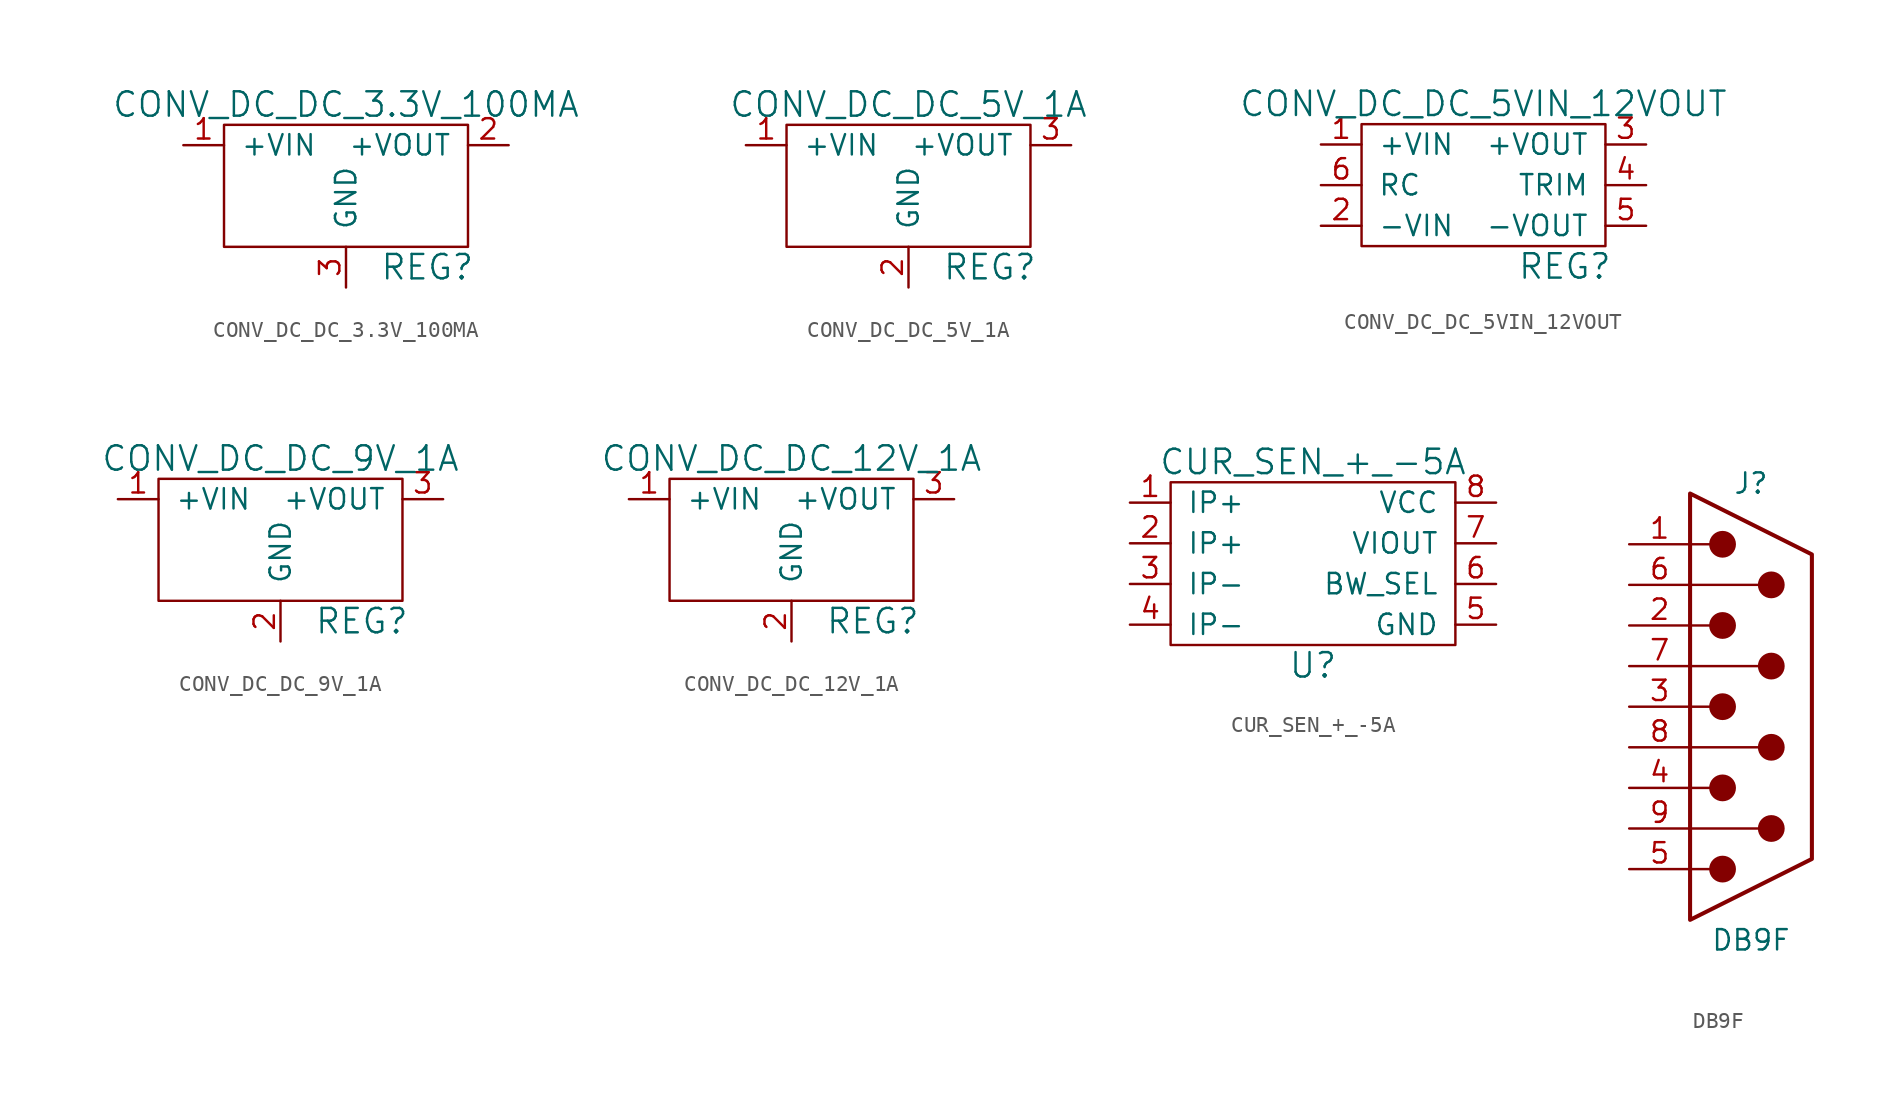
<source format=kicad_sym>
(kicad_symbol_lib
  (version 20211014)
  (generator kicad_symbol_editor)
  (symbol "CONV_DC_DC_3.3V_100MA"
    (pin_names
      (offset 1.016))
    (property "Reference" "REG"
      (at 5.08 -7.62 0)
      (effects (font (size 1.524 1.524))))
    (property "Value" "CONV_DC_DC_3.3V_100MA"
      (at 0 2.54 0)
      (effects (font (size 1.524 1.524))))
    (symbol "CONV_DC_DC_3.3V_100MA_0_1"
      (rectangle (start -7.62 1.27) (end 7.62 -6.35) (stroke (width 0) (type default) (color 0 0 0 0)) (fill (type none))))
    (symbol "CONV_DC_DC_3.3V_100MA_1_1"
      (pin power_in line (at -10.16 0 0) (length 2.54) (name "+VIN" (effects (font (size 1.27 1.27)))) (number "1" (effects (font (size 1.27 1.27)))))
      (pin power_out line (at 10.16 0 180) (length 2.54) (name "+VOUT" (effects (font (size 1.27 1.27)))) (number "2" (effects (font (size 1.27 1.27)))))
      (pin power_in line (at 0 -8.89 90) (length 2.54) (name "GND" (effects (font (size 1.27 1.27)))) (number "3" (effects (font (size 1.27 1.27)))))))
  (symbol "CONV_DC_DC_5V_1A"
    (pin_names
      (offset 1.016))
    (property "Reference" "REG"
      (at 5.08 -7.62 0)
      (effects (font (size 1.524 1.524))))
    (property "Value" "CONV_DC_DC_5V_1A"
      (at 0 2.54 0)
      (effects (font (size 1.524 1.524))))
    (property "Datasheet" ""
      (at 0 0 0)
      (effects (font (size 1.524 1.524))))
    (symbol "CONV_DC_DC_5V_1A_0_1"
      (rectangle (start -7.62 1.27) (end 7.62 -6.35) (stroke (width 0) (type default) (color 0 0 0 0)) (fill (type none))))
    (symbol "CONV_DC_DC_5V_1A_1_1"
      (pin power_in line (at -10.16 0 0) (length 2.54) (name "+VIN" (effects (font (size 1.27 1.27)))) (number "1" (effects (font (size 1.27 1.27)))))
      (pin power_in line (at 0 -8.89 90) (length 2.54) (name "GND" (effects (font (size 1.27 1.27)))) (number "2" (effects (font (size 1.27 1.27)))))
      (pin power_out line (at 10.16 0 180) (length 2.54) (name "+VOUT" (effects (font (size 1.27 1.27)))) (number "3" (effects (font (size 1.27 1.27)))))))
  (symbol "CONV_DC_DC_5VIN_12VOUT"
    (pin_names
      (offset 1.016))
    (property "Reference" "REG"
      (at 5.08 -7.62 0)
      (effects (font (size 1.524 1.524))))
    (property "Value" "CONV_DC_DC_5VIN_12VOUT"
      (at 0 2.54 0)
      (effects (font (size 1.524 1.524))))
    (property "Datasheet" ""
      (at 0 0 0)
      (effects (font (size 1.524 1.524))))
    (symbol "CONV_DC_DC_5VIN_12VOUT_0_1"
      (rectangle (start -7.62 1.27) (end 7.62 -6.35) (stroke (width 0) (type default) (color 0 0 0 0)) (fill (type none))))
    (symbol "CONV_DC_DC_5VIN_12VOUT_1_1"
      (pin power_in line (at -10.16 0 0) (length 2.54) (name "+VIN" (effects (font (size 1.27 1.27)))) (number "1" (effects (font (size 1.27 1.27)))))
      (pin power_in line (at -10.16 -5.08 0) (length 2.54) (name "-VIN" (effects (font (size 1.27 1.27)))) (number "2" (effects (font (size 1.27 1.27)))))
      (pin power_out line (at 10.16 0 180) (length 2.54) (name "+VOUT" (effects (font (size 1.27 1.27)))) (number "3" (effects (font (size 1.27 1.27)))))
      (pin passive line (at 10.16 -2.54 180) (length 2.54) (name "TRIM" (effects (font (size 1.27 1.27)))) (number "4" (effects (font (size 1.27 1.27)))))
      (pin power_out line (at 10.16 -5.08 180) (length 2.54) (name "-VOUT" (effects (font (size 1.27 1.27)))) (number "5" (effects (font (size 1.27 1.27)))))
      (pin passive line (at -10.16 -2.54 0) (length 2.54) (name "RC" (effects (font (size 1.27 1.27)))) (number "6" (effects (font (size 1.27 1.27)))))))
  (symbol "CONV_DC_DC_9V_1A"
    (pin_names
      (offset 1.016))
    (property "Reference" "REG"
      (at 5.08 -7.62 0)
      (effects (font (size 1.524 1.524))))
    (property "Value" "CONV_DC_DC_9V_1A"
      (at 0 2.54 0)
      (effects (font (size 1.524 1.524))))
    (property "Datasheet" ""
      (at 0 0 0)
      (effects (font (size 1.524 1.524))))
    (symbol "CONV_DC_DC_9V_1A_0_1"
      (rectangle (start -7.62 1.27) (end 7.62 -6.35) (stroke (width 0) (type default) (color 0 0 0 0)) (fill (type none))))
    (symbol "CONV_DC_DC_9V_1A_1_1"
      (pin power_in line (at -10.16 0 0) (length 2.54) (name "+VIN" (effects (font (size 1.27 1.27)))) (number "1" (effects (font (size 1.27 1.27)))))
      (pin power_in line (at 0 -8.89 90) (length 2.54) (name "GND" (effects (font (size 1.27 1.27)))) (number "2" (effects (font (size 1.27 1.27)))))
      (pin power_out line (at 10.16 0 180) (length 2.54) (name "+VOUT" (effects (font (size 1.27 1.27)))) (number "3" (effects (font (size 1.27 1.27)))))))
  (symbol "CONV_DC_DC_12V_1A"
    (pin_names
      (offset 1.016))
    (property "Reference" "REG"
      (at 5.08 -7.62 0)
      (effects (font (size 1.524 1.524))))
    (property "Value" "CONV_DC_DC_12V_1A"
      (at 0 2.54 0)
      (effects (font (size 1.524 1.524))))
    (property "Datasheet" ""
      (at 0 0 0)
      (effects (font (size 1.524 1.524))))
    (symbol "CONV_DC_DC_12V_1A_0_1"
      (rectangle (start -7.62 1.27) (end 7.62 -6.35) (stroke (width 0) (type default) (color 0 0 0 0)) (fill (type none))))
    (symbol "CONV_DC_DC_12V_1A_1_1"
      (pin power_in line (at -10.16 0 0) (length 2.54) (name "+VIN" (effects (font (size 1.27 1.27)))) (number "1" (effects (font (size 1.27 1.27)))))
      (pin power_in line (at 0 -8.89 90) (length 2.54) (name "GND" (effects (font (size 1.27 1.27)))) (number "2" (effects (font (size 1.27 1.27)))))
      (pin power_out line (at 10.16 0 180) (length 2.54) (name "+VOUT" (effects (font (size 1.27 1.27)))) (number "3" (effects (font (size 1.27 1.27)))))))
  (symbol "CUR_SEN_+_-5A"
    (pin_names
      (offset 1.016))
    (property "Reference" "U"
      (at 0 -6.35 0)
      (effects (font (size 1.524 1.524))))
    (property "Value" "CUR_SEN_+_-5A"
      (at 0 6.35 0)
      (effects (font (size 1.524 1.524))))
    (symbol "CUR_SEN_+_-5A_0_1"
      (rectangle (start -8.89 5.08) (end 8.89 -5.08) (stroke (width 0) (type default) (color 0 0 0 0)) (fill (type none))))
    (symbol "CUR_SEN_+_-5A_1_1"
      (pin passive line (at -11.43 3.81 0) (length 2.54) (name "IP+" (effects (font (size 1.27 1.27)))) (number "1" (effects (font (size 1.27 1.27)))))
      (pin passive line (at -11.43 1.27 0) (length 2.54) (name "IP+" (effects (font (size 1.27 1.27)))) (number "2" (effects (font (size 1.27 1.27)))))
      (pin passive line (at -11.43 -1.27 0) (length 2.54) (name "IP-" (effects (font (size 1.27 1.27)))) (number "3" (effects (font (size 1.27 1.27)))))
      (pin passive line (at -11.43 -3.81 0) (length 2.54) (name "IP-" (effects (font (size 1.27 1.27)))) (number "4" (effects (font (size 1.27 1.27)))))
      (pin power_in line (at 11.43 -3.81 180) (length 2.54) (name "GND" (effects (font (size 1.27 1.27)))) (number "5" (effects (font (size 1.27 1.27)))))
      (pin input line (at 11.43 -1.27 180) (length 2.54) (name "BW_SEL" (effects (font (size 1.27 1.27)))) (number "6" (effects (font (size 1.27 1.27)))))
      (pin output line (at 11.43 1.27 180) (length 2.54) (name "VIOUT" (effects (font (size 1.27 1.27)))) (number "7" (effects (font (size 1.27 1.27)))))
      (pin power_in line (at 11.43 3.81 180) (length 2.54) (name "VCC" (effects (font (size 1.27 1.27)))) (number "8" (effects (font (size 1.27 1.27)))))))
  (symbol "DB9F"
    (pin_names
      (offset 1.016) hide)
    (property "Reference" "J"
      (at 0 13.97 0)
      (effects (font (size 1.27 1.27))))
    (property "Value" "DB9F"
      (at 0 -14.605 0)
      (effects (font (size 1.27 1.27))))
    (symbol "DB9F_0_1"
      (circle (center -1.778 -10.16) (radius 0.762) (stroke (width 0) (type default) (color 0 0 0 0)) (fill (type outline)))
      (circle (center -1.778 -5.08) (radius 0.762) (stroke (width 0) (type default) (color 0 0 0 0)) (fill (type outline)))
      (circle (center -1.778 0) (radius 0.762) (stroke (width 0) (type default) (color 0 0 0 0)) (fill (type outline)))
      (circle (center -1.778 5.08) (radius 0.762) (stroke (width 0) (type default) (color 0 0 0 0)) (fill (type outline)))
      (circle (center -1.778 10.16) (radius 0.762) (stroke (width 0) (type default) (color 0 0 0 0)) (fill (type outline)))
      (polyline (pts (xy -3.81 -10.16) (xy -2.54 -10.16)) (stroke (width 0) (type default) (color 0 0 0 0)) (fill (type none)))
      (polyline (pts (xy -3.81 -7.62) (xy 0.508 -7.62)) (stroke (width 0) (type default) (color 0 0 0 0)) (fill (type none)))
      (polyline (pts (xy -3.81 -5.08) (xy -2.54 -5.08)) (stroke (width 0) (type default) (color 0 0 0 0)) (fill (type none)))
      (polyline (pts (xy -3.81 -2.54) (xy 0.508 -2.54)) (stroke (width 0) (type default) (color 0 0 0 0)) (fill (type none)))
      (polyline (pts (xy -3.81 0) (xy -2.54 0)) (stroke (width 0) (type default) (color 0 0 0 0)) (fill (type none)))
      (polyline (pts (xy -3.81 2.54) (xy 0.508 2.54)) (stroke (width 0) (type default) (color 0 0 0 0)) (fill (type none)))
      (polyline (pts (xy -3.81 5.08) (xy -2.54 5.08)) (stroke (width 0) (type default) (color 0 0 0 0)) (fill (type none)))
      (polyline (pts (xy -3.81 7.62) (xy 0.508 7.62)) (stroke (width 0) (type default) (color 0 0 0 0)) (fill (type none)))
      (polyline (pts (xy -3.81 10.16) (xy -2.54 10.16)) (stroke (width 0) (type default) (color 0 0 0 0)) (fill (type none)))
      (polyline (pts (xy -3.81 -13.335) (xy -3.81 13.335) (xy 3.81 9.525) (xy 3.81 -9.525) (xy -3.81 -13.335)) (stroke (width 0.254) (type default) (color 0 0 0 0)) (fill (type none)))
      (circle (center 1.27 -7.62) (radius 0.762) (stroke (width 0) (type default) (color 0 0 0 0)) (fill (type outline)))
      (circle (center 1.27 -2.54) (radius 0.762) (stroke (width 0) (type default) (color 0 0 0 0)) (fill (type outline)))
      (circle (center 1.27 2.54) (radius 0.762) (stroke (width 0) (type default) (color 0 0 0 0)) (fill (type outline)))
      (circle (center 1.27 7.62) (radius 0.762) (stroke (width 0) (type default) (color 0 0 0 0)) (fill (type outline))))
    (symbol "DB9F_1_1"
      (pin passive line (at -7.62 10.16 0) (length 3.81) (name "1" (effects (font (size 1.27 1.27)))) (number "1" (effects (font (size 1.27 1.27)))))
      (pin passive line (at -7.62 5.08 0) (length 3.81) (name "2" (effects (font (size 1.27 1.27)))) (number "2" (effects (font (size 1.27 1.27)))))
      (pin passive line (at -7.62 0 0) (length 3.81) (name "3" (effects (font (size 1.27 1.27)))) (number "3" (effects (font (size 1.27 1.27)))))
      (pin passive line (at -7.62 -5.08 0) (length 3.81) (name "4" (effects (font (size 1.27 1.27)))) (number "4" (effects (font (size 1.27 1.27)))))
      (pin passive line (at -7.62 -10.16 0) (length 3.81) (name "5" (effects (font (size 1.27 1.27)))) (number "5" (effects (font (size 1.27 1.27)))))
      (pin passive line (at -7.62 7.62 0) (length 3.81) (name "6" (effects (font (size 1.27 1.27)))) (number "6" (effects (font (size 1.27 1.27)))))
      (pin passive line (at -7.62 2.54 0) (length 3.81) (name "7" (effects (font (size 1.27 1.27)))) (number "7" (effects (font (size 1.27 1.27)))))
      (pin passive line (at -7.62 -2.54 0) (length 3.81) (name "8" (effects (font (size 1.27 1.27)))) (number "8" (effects (font (size 1.27 1.27)))))
      (pin passive line (at -7.62 -7.62 0) (length 3.81) (name "9" (effects (font (size 1.27 1.27)))) (number "9" (effects (font (size 1.27 1.27))))))))
</source>
